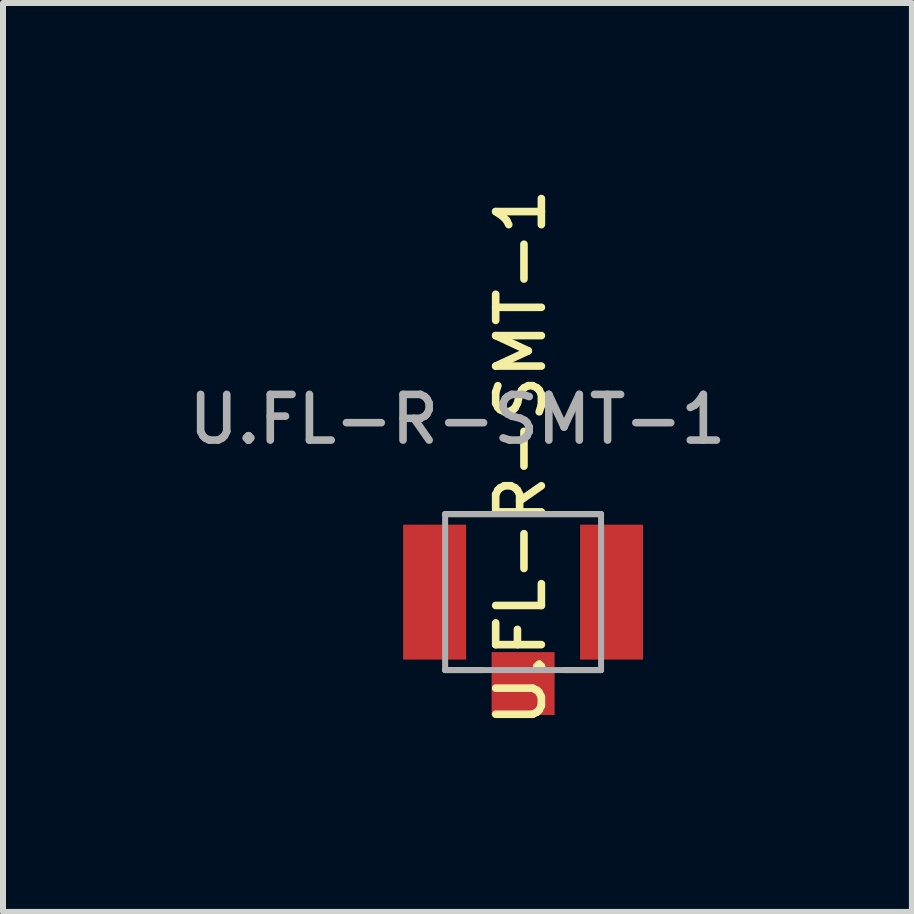
<source format=kicad_pcb>
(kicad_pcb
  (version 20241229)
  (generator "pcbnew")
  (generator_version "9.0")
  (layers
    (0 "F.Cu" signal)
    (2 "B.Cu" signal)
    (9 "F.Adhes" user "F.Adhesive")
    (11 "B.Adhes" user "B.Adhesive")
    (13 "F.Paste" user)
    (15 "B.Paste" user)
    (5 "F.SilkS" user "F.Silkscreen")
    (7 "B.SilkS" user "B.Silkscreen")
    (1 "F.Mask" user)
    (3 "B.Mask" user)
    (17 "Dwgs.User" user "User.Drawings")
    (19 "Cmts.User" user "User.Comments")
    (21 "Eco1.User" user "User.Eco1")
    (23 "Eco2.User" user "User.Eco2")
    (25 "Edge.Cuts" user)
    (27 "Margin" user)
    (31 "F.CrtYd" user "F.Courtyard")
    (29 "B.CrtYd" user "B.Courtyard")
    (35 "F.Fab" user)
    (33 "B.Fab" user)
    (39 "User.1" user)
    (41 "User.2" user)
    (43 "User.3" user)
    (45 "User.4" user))
  (footprint "U.FL-R-SMT-1"
    (layer "F.Cu")
    (at 5.672 6.823)
    (property "Reference" "U.FL-R-SMT-1" (at -0.041 -2.245 90) (unlocked yes) (layer "F.SilkS") (effects (font (size 0.762 0.762) (thickness 0.127))))
    (attr smd)
    (fp_line (start -1.3 -1.3) (end 1.3 -1.3) (stroke (width 0.1) (type solid)) (layer "F.SilkS"))
    (fp_line (start -1.3 1.3) (end -0.681 1.3) (stroke (width 0.1) (type solid)) (layer "F.SilkS"))
    (fp_line (start 1.3 1.3) (end 0.681 1.3) (stroke (width 0.1) (type solid)) (layer "F.SilkS"))
    (fp_line (start -1.3 -1.3) (end 1.3 -1.3) (stroke (width 0.1) (type solid)) (layer "F.Fab"))
    (fp_line (start -1.3 1.3) (end -1.3 -1.3) (stroke (width 0.1) (type solid)) (layer "F.Fab"))
    (fp_line (start 1.3 -1.3) (end 1.3 1.3) (stroke (width 0.1) (type solid)) (layer "F.Fab"))
    (fp_line (start 1.3 1.3) (end -1.3 1.3) (stroke (width 0.1) (type solid)) (layer "F.Fab"))
    (fp_text user "${REFERENCE}" (at -1.095 -2.881 180) (layer "F.Fab") (effects (font (size 0.762 0.762) (thickness 0.127))))
    (pad "1" smd rect (at -1.475 0) (size 1.05 2.25) (layers "F.Cu" "F.Mask" "F.Paste"))
    (pad "2" smd rect (at 1.475 0) (size 1.05 2.25) (layers "F.Cu" "F.Mask" "F.Paste"))
    (pad "3" smd rect (at 0 1.525 90) (size 1.05 1.05) (layers "F.Cu" "F.Mask" "F.Paste")))
  (gr_rect
    (start -3 -3)
    (end 12.155 12.155)
    (stroke (width 0.1) (type default))
    (fill no)
    (layer "Edge.Cuts")))
</source>
